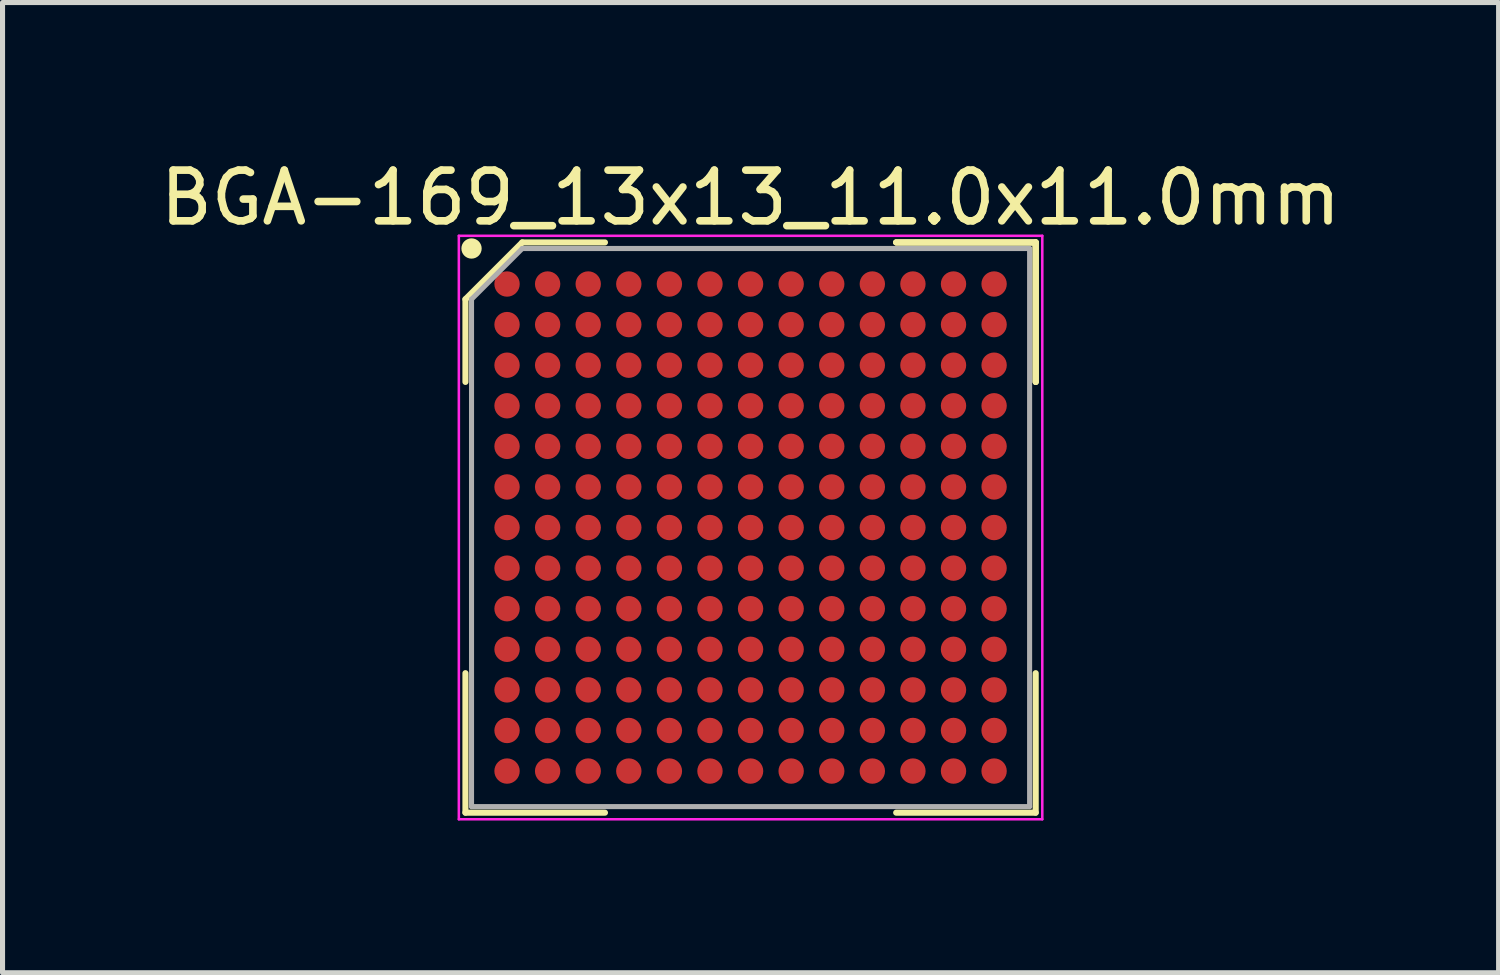
<source format=kicad_pcb>
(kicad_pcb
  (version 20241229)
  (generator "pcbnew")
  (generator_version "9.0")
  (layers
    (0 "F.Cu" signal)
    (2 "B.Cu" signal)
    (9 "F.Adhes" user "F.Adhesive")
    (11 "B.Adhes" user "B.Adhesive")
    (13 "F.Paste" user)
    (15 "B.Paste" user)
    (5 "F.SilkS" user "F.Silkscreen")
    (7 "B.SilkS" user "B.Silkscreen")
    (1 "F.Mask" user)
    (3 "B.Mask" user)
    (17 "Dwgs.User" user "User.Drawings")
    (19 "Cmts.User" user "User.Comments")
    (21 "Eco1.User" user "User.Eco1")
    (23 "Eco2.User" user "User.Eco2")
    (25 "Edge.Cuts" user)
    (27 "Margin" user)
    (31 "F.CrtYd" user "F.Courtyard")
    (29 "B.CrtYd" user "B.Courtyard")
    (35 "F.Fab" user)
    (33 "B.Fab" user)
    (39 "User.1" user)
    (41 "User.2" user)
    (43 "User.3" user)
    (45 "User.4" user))
  (footprint "BGA-169_13x13_11.0x11.0mm"
    (layer "F.Cu")
    (at 11.744 7.348)
    (property "Reference" "BGA-169_13x13_11.0x11.0mm" (at 0 -6.5 0) (layer "F.SilkS") (effects (font (size 1 1) (thickness 0.15))))
    (attr smd)
    (fp_line (start -5.62 -4.5) (end -5.62 -2.87) (stroke (width 0.12) (type solid)) (layer "F.SilkS"))
    (fp_line (start -5.62 5.62) (end -5.62 2.87) (stroke (width 0.12) (type solid)) (layer "F.SilkS"))
    (fp_line (start -4.5 -5.62) (end -5.62 -4.5) (stroke (width 0.12) (type solid)) (layer "F.SilkS"))
    (fp_line (start -2.87 -5.62) (end -4.5 -5.62) (stroke (width 0.12) (type solid)) (layer "F.SilkS"))
    (fp_line (start -2.87 5.62) (end -5.62 5.62) (stroke (width 0.12) (type solid)) (layer "F.SilkS"))
    (fp_line (start 2.87 -5.62) (end 5.62 -5.62) (stroke (width 0.12) (type solid)) (layer "F.SilkS"))
    (fp_line (start 2.87 -5.62) (end 5.62 -5.62) (stroke (width 0.12) (type solid)) (layer "F.SilkS"))
    (fp_line (start 2.87 -5.62) (end 5.62 -5.62) (stroke (width 0.12) (type solid)) (layer "F.SilkS"))
    (fp_line (start 2.87 5.62) (end 5.62 5.62) (stroke (width 0.12) (type solid)) (layer "F.SilkS"))
    (fp_line (start 5.62 -5.62) (end 5.62 -2.87) (stroke (width 0.12) (type solid)) (layer "F.SilkS"))
    (fp_line (start 5.62 -5.62) (end 5.62 -2.87) (stroke (width 0.12) (type solid)) (layer "F.SilkS"))
    (fp_line (start 5.62 -5.62) (end 5.62 -2.87) (stroke (width 0.12) (type solid)) (layer "F.SilkS"))
    (fp_line (start 5.62 5.62) (end 5.62 2.87) (stroke (width 0.12) (type solid)) (layer "F.SilkS"))
    (fp_circle (center -5.5 -5.5) (end -5.5 -5.4) (stroke (width 0.2) (type solid)) (fill no) (layer "F.SilkS"))
    (fp_line (start -5.75 -5.75) (end 5.75 -5.75) (stroke (width 0.05) (type solid)) (layer "F.CrtYd"))
    (fp_line (start -5.75 5.75) (end -5.75 -5.75) (stroke (width 0.05) (type solid)) (layer "F.CrtYd"))
    (fp_line (start 5.75 -5.75) (end 5.75 5.75) (stroke (width 0.05) (type solid)) (layer "F.CrtYd"))
    (fp_line (start 5.75 5.75) (end -5.75 5.75) (stroke (width 0.05) (type solid)) (layer "F.CrtYd"))
    (fp_line (start -5.5 -4.5) (end -5.5 5.5) (stroke (width 0.1) (type solid)) (layer "F.Fab"))
    (fp_line (start -5.5 5.5) (end 5.5 5.5) (stroke (width 0.1) (type solid)) (layer "F.Fab"))
    (fp_line (start -4.5 -5.5) (end -5.5 -4.5) (stroke (width 0.1) (type solid)) (layer "F.Fab"))
    (fp_line (start 5.5 -5.5) (end -4.5 -5.5) (stroke (width 0.1) (type solid)) (layer "F.Fab"))
    (fp_line (start 5.5 5.5) (end 5.5 -5.5) (stroke (width 0.1) (type solid)) (layer "F.Fab"))
    (pad "A1" smd circle (at -4.8 -4.8) (size 0.5 0.5) (layers "F.Cu" "F.Mask" "F.Paste"))
    (pad "A2" smd circle (at -4 -4.8) (size 0.5 0.5) (layers "F.Cu" "F.Mask" "F.Paste"))
    (pad "A3" smd circle (at -3.2 -4.8) (size 0.5 0.5) (layers "F.Cu" "F.Mask" "F.Paste"))
    (pad "A4" smd circle (at -2.4 -4.8) (size 0.5 0.5) (layers "F.Cu" "F.Mask" "F.Paste"))
    (pad "A5" smd circle (at -1.6 -4.8) (size 0.5 0.5) (layers "F.Cu" "F.Mask" "F.Paste"))
    (pad "A6" smd circle (at -0.8 -4.8) (size 0.5 0.5) (layers "F.Cu" "F.Mask" "F.Paste"))
    (pad "A7" smd circle (at 0 -4.8) (size 0.5 0.5) (layers "F.Cu" "F.Mask" "F.Paste"))
    (pad "A8" smd circle (at 0.8 -4.8) (size 0.5 0.5) (layers "F.Cu" "F.Mask" "F.Paste"))
    (pad "A9" smd circle (at 1.6 -4.8) (size 0.5 0.5) (layers "F.Cu" "F.Mask" "F.Paste"))
    (pad "A10" smd circle (at 2.4 -4.8) (size 0.5 0.5) (layers "F.Cu" "F.Mask" "F.Paste"))
    (pad "A11" smd circle (at 3.2 -4.8) (size 0.5 0.5) (layers "F.Cu" "F.Mask" "F.Paste"))
    (pad "A12" smd circle (at 4 -4.8) (size 0.5 0.5) (layers "F.Cu" "F.Mask" "F.Paste"))
    (pad "A13" smd circle (at 4.8 -4.8) (size 0.5 0.5) (layers "F.Cu" "F.Mask" "F.Paste"))
    (pad "B1" smd circle (at -4.8 -4) (size 0.5 0.5) (layers "F.Cu" "F.Mask" "F.Paste"))
    (pad "B2" smd circle (at -4 -4) (size 0.5 0.5) (layers "F.Cu" "F.Mask" "F.Paste"))
    (pad "B3" smd circle (at -3.2 -4) (size 0.5 0.5) (layers "F.Cu" "F.Mask" "F.Paste"))
    (pad "B4" smd circle (at -2.4 -4) (size 0.5 0.5) (layers "F.Cu" "F.Mask" "F.Paste"))
    (pad "B5" smd circle (at -1.6 -4) (size 0.5 0.5) (layers "F.Cu" "F.Mask" "F.Paste"))
    (pad "B6" smd circle (at -0.8 -4) (size 0.5 0.5) (layers "F.Cu" "F.Mask" "F.Paste"))
    (pad "B7" smd circle (at 0 -4) (size 0.5 0.5) (layers "F.Cu" "F.Mask" "F.Paste"))
    (pad "B8" smd circle (at 0.8 -4) (size 0.5 0.5) (layers "F.Cu" "F.Mask" "F.Paste"))
    (pad "B9" smd circle (at 1.6 -4) (size 0.5 0.5) (layers "F.Cu" "F.Mask" "F.Paste"))
    (pad "B10" smd circle (at 2.4 -4) (size 0.5 0.5) (layers "F.Cu" "F.Mask" "F.Paste"))
    (pad "B11" smd circle (at 3.2 -4) (size 0.5 0.5) (layers "F.Cu" "F.Mask" "F.Paste"))
    (pad "B12" smd circle (at 4 -4) (size 0.5 0.5) (layers "F.Cu" "F.Mask" "F.Paste"))
    (pad "B13" smd circle (at 4.8 -4) (size 0.5 0.5) (layers "F.Cu" "F.Mask" "F.Paste"))
    (pad "C1" smd circle (at -4.8 -3.2) (size 0.5 0.5) (layers "F.Cu" "F.Mask" "F.Paste"))
    (pad "C2" smd circle (at -4 -3.2) (size 0.5 0.5) (layers "F.Cu" "F.Mask" "F.Paste"))
    (pad "C3" smd circle (at -3.2 -3.2) (size 0.5 0.5) (layers "F.Cu" "F.Mask" "F.Paste"))
    (pad "C4" smd circle (at -2.4 -3.2) (size 0.5 0.5) (layers "F.Cu" "F.Mask" "F.Paste"))
    (pad "C5" smd circle (at -1.6 -3.2) (size 0.5 0.5) (layers "F.Cu" "F.Mask" "F.Paste"))
    (pad "C6" smd circle (at -0.8 -3.2) (size 0.5 0.5) (layers "F.Cu" "F.Mask" "F.Paste"))
    (pad "C7" smd circle (at 0 -3.2) (size 0.5 0.5) (layers "F.Cu" "F.Mask" "F.Paste"))
    (pad "C8" smd circle (at 0.8 -3.2) (size 0.5 0.5) (layers "F.Cu" "F.Mask" "F.Paste"))
    (pad "C9" smd circle (at 1.6 -3.2) (size 0.5 0.5) (layers "F.Cu" "F.Mask" "F.Paste"))
    (pad "C10" smd circle (at 2.4 -3.2) (size 0.5 0.5) (layers "F.Cu" "F.Mask" "F.Paste"))
    (pad "C11" smd circle (at 3.2 -3.2) (size 0.5 0.5) (layers "F.Cu" "F.Mask" "F.Paste"))
    (pad "C12" smd circle (at 4 -3.2) (size 0.5 0.5) (layers "F.Cu" "F.Mask" "F.Paste"))
    (pad "C13" smd circle (at 4.8 -3.2) (size 0.5 0.5) (layers "F.Cu" "F.Mask" "F.Paste"))
    (pad "D1" smd circle (at -4.8 -2.4) (size 0.5 0.5) (layers "F.Cu" "F.Mask" "F.Paste"))
    (pad "D2" smd circle (at -4 -2.4) (size 0.5 0.5) (layers "F.Cu" "F.Mask" "F.Paste"))
    (pad "D3" smd circle (at -3.2 -2.4) (size 0.5 0.5) (layers "F.Cu" "F.Mask" "F.Paste"))
    (pad "D4" smd circle (at -2.4 -2.4) (size 0.5 0.5) (layers "F.Cu" "F.Mask" "F.Paste"))
    (pad "D5" smd circle (at -1.6 -2.4) (size 0.5 0.5) (layers "F.Cu" "F.Mask" "F.Paste"))
    (pad "D6" smd circle (at -0.8 -2.4) (size 0.5 0.5) (layers "F.Cu" "F.Mask" "F.Paste"))
    (pad "D7" smd circle (at 0 -2.4) (size 0.5 0.5) (layers "F.Cu" "F.Mask" "F.Paste"))
    (pad "D8" smd circle (at 0.8 -2.4) (size 0.5 0.5) (layers "F.Cu" "F.Mask" "F.Paste"))
    (pad "D9" smd circle (at 1.6 -2.4) (size 0.5 0.5) (layers "F.Cu" "F.Mask" "F.Paste"))
    (pad "D10" smd circle (at 2.4 -2.4) (size 0.5 0.5) (layers "F.Cu" "F.Mask" "F.Paste"))
    (pad "D11" smd circle (at 3.2 -2.4) (size 0.5 0.5) (layers "F.Cu" "F.Mask" "F.Paste"))
    (pad "D12" smd circle (at 4 -2.4) (size 0.5 0.5) (layers "F.Cu" "F.Mask" "F.Paste"))
    (pad "D13" smd circle (at 4.8 -2.4) (size 0.5 0.5) (layers "F.Cu" "F.Mask" "F.Paste"))
    (pad "E1" smd circle (at -4.8 -1.6) (size 0.5 0.5) (layers "F.Cu" "F.Mask" "F.Paste"))
    (pad "E2" smd circle (at -4 -1.6) (size 0.5 0.5) (layers "F.Cu" "F.Mask" "F.Paste"))
    (pad "E3" smd circle (at -3.2 -1.6) (size 0.5 0.5) (layers "F.Cu" "F.Mask" "F.Paste"))
    (pad "E4" smd circle (at -2.4 -1.6) (size 0.5 0.5) (layers "F.Cu" "F.Mask" "F.Paste"))
    (pad "E5" smd circle (at -1.6 -1.6) (size 0.5 0.5) (layers "F.Cu" "F.Mask" "F.Paste"))
    (pad "E6" smd circle (at -0.8 -1.6) (size 0.5 0.5) (layers "F.Cu" "F.Mask" "F.Paste"))
    (pad "E7" smd circle (at 0 -1.6) (size 0.5 0.5) (layers "F.Cu" "F.Mask" "F.Paste"))
    (pad "E8" smd circle (at 0.8 -1.6) (size 0.5 0.5) (layers "F.Cu" "F.Mask" "F.Paste"))
    (pad "E9" smd circle (at 1.6 -1.6) (size 0.5 0.5) (layers "F.Cu" "F.Mask" "F.Paste"))
    (pad "E10" smd circle (at 2.4 -1.6) (size 0.5 0.5) (layers "F.Cu" "F.Mask" "F.Paste"))
    (pad "E11" smd circle (at 3.2 -1.6) (size 0.5 0.5) (layers "F.Cu" "F.Mask" "F.Paste"))
    (pad "E12" smd circle (at 4 -1.6) (size 0.5 0.5) (layers "F.Cu" "F.Mask" "F.Paste"))
    (pad "E13" smd circle (at 4.8 -1.6) (size 0.5 0.5) (layers "F.Cu" "F.Mask" "F.Paste"))
    (pad "F1" smd circle (at -4.8 -0.8) (size 0.5 0.5) (layers "F.Cu" "F.Mask" "F.Paste"))
    (pad "F2" smd circle (at -4 -0.8) (size 0.5 0.5) (layers "F.Cu" "F.Mask" "F.Paste"))
    (pad "F3" smd circle (at -3.2 -0.8) (size 0.5 0.5) (layers "F.Cu" "F.Mask" "F.Paste"))
    (pad "F4" smd circle (at -2.4 -0.8) (size 0.5 0.5) (layers "F.Cu" "F.Mask" "F.Paste"))
    (pad "F5" smd circle (at -1.6 -0.8) (size 0.5 0.5) (layers "F.Cu" "F.Mask" "F.Paste"))
    (pad "F6" smd circle (at -0.8 -0.8) (size 0.5 0.5) (layers "F.Cu" "F.Mask" "F.Paste"))
    (pad "F7" smd circle (at 0 -0.8) (size 0.5 0.5) (layers "F.Cu" "F.Mask" "F.Paste"))
    (pad "F8" smd circle (at 0.8 -0.8) (size 0.5 0.5) (layers "F.Cu" "F.Mask" "F.Paste"))
    (pad "F9" smd circle (at 1.6 -0.8) (size 0.5 0.5) (layers "F.Cu" "F.Mask" "F.Paste"))
    (pad "F10" smd circle (at 2.4 -0.8) (size 0.5 0.5) (layers "F.Cu" "F.Mask" "F.Paste"))
    (pad "F11" smd circle (at 3.2 -0.8) (size 0.5 0.5) (layers "F.Cu" "F.Mask" "F.Paste"))
    (pad "F12" smd circle (at 4 -0.8) (size 0.5 0.5) (layers "F.Cu" "F.Mask" "F.Paste"))
    (pad "F13" smd circle (at 4.8 -0.8) (size 0.5 0.5) (layers "F.Cu" "F.Mask" "F.Paste"))
    (pad "G1" smd circle (at -4.8 0) (size 0.5 0.5) (layers "F.Cu" "F.Mask" "F.Paste"))
    (pad "G2" smd circle (at -4 0) (size 0.5 0.5) (layers "F.Cu" "F.Mask" "F.Paste"))
    (pad "G3" smd circle (at -3.2 0) (size 0.5 0.5) (layers "F.Cu" "F.Mask" "F.Paste"))
    (pad "G4" smd circle (at -2.4 0) (size 0.5 0.5) (layers "F.Cu" "F.Mask" "F.Paste"))
    (pad "G5" smd circle (at -1.6 0) (size 0.5 0.5) (layers "F.Cu" "F.Mask" "F.Paste"))
    (pad "G6" smd circle (at -0.8 0) (size 0.5 0.5) (layers "F.Cu" "F.Mask" "F.Paste"))
    (pad "G7" smd circle (at 0 0) (size 0.5 0.5) (layers "F.Cu" "F.Mask" "F.Paste"))
    (pad "G8" smd circle (at 0.8 0) (size 0.5 0.5) (layers "F.Cu" "F.Mask" "F.Paste"))
    (pad "G9" smd circle (at 1.6 0) (size 0.5 0.5) (layers "F.Cu" "F.Mask" "F.Paste"))
    (pad "G10" smd circle (at 2.4 0) (size 0.5 0.5) (layers "F.Cu" "F.Mask" "F.Paste"))
    (pad "G11" smd circle (at 3.2 0) (size 0.5 0.5) (layers "F.Cu" "F.Mask" "F.Paste"))
    (pad "G12" smd circle (at 4 0) (size 0.5 0.5) (layers "F.Cu" "F.Mask" "F.Paste"))
    (pad "G13" smd circle (at 4.8 0) (size 0.5 0.5) (layers "F.Cu" "F.Mask" "F.Paste"))
    (pad "H1" smd circle (at -4.8 0.8) (size 0.5 0.5) (layers "F.Cu" "F.Mask" "F.Paste"))
    (pad "H2" smd circle (at -4 0.8) (size 0.5 0.5) (layers "F.Cu" "F.Mask" "F.Paste"))
    (pad "H3" smd circle (at -3.2 0.8) (size 0.5 0.5) (layers "F.Cu" "F.Mask" "F.Paste"))
    (pad "H4" smd circle (at -2.4 0.8) (size 0.5 0.5) (layers "F.Cu" "F.Mask" "F.Paste"))
    (pad "H5" smd circle (at -1.6 0.8) (size 0.5 0.5) (layers "F.Cu" "F.Mask" "F.Paste"))
    (pad "H6" smd circle (at -0.8 0.8) (size 0.5 0.5) (layers "F.Cu" "F.Mask" "F.Paste"))
    (pad "H7" smd circle (at 0 0.8) (size 0.5 0.5) (layers "F.Cu" "F.Mask" "F.Paste"))
    (pad "H8" smd circle (at 0.8 0.8) (size 0.5 0.5) (layers "F.Cu" "F.Mask" "F.Paste"))
    (pad "H9" smd circle (at 1.6 0.8) (size 0.5 0.5) (layers "F.Cu" "F.Mask" "F.Paste"))
    (pad "H10" smd circle (at 2.4 0.8) (size 0.5 0.5) (layers "F.Cu" "F.Mask" "F.Paste"))
    (pad "H11" smd circle (at 3.2 0.8) (size 0.5 0.5) (layers "F.Cu" "F.Mask" "F.Paste"))
    (pad "H12" smd circle (at 4 0.8) (size 0.5 0.5) (layers "F.Cu" "F.Mask" "F.Paste"))
    (pad "H13" smd circle (at 4.8 0.8) (size 0.5 0.5) (layers "F.Cu" "F.Mask" "F.Paste"))
    (pad "J1" smd circle (at -4.8 1.6) (size 0.5 0.5) (layers "F.Cu" "F.Mask" "F.Paste"))
    (pad "J2" smd circle (at -4 1.6) (size 0.5 0.5) (layers "F.Cu" "F.Mask" "F.Paste"))
    (pad "J3" smd circle (at -3.2 1.6) (size 0.5 0.5) (layers "F.Cu" "F.Mask" "F.Paste"))
    (pad "J4" smd circle (at -2.4 1.6) (size 0.5 0.5) (layers "F.Cu" "F.Mask" "F.Paste"))
    (pad "J5" smd circle (at -1.6 1.6) (size 0.5 0.5) (layers "F.Cu" "F.Mask" "F.Paste"))
    (pad "J6" smd circle (at -0.8 1.6) (size 0.5 0.5) (layers "F.Cu" "F.Mask" "F.Paste"))
    (pad "J7" smd circle (at 0 1.6) (size 0.5 0.5) (layers "F.Cu" "F.Mask" "F.Paste"))
    (pad "J8" smd circle (at 0.8 1.6) (size 0.5 0.5) (layers "F.Cu" "F.Mask" "F.Paste"))
    (pad "J9" smd circle (at 1.6 1.6) (size 0.5 0.5) (layers "F.Cu" "F.Mask" "F.Paste"))
    (pad "J10" smd circle (at 2.4 1.6) (size 0.5 0.5) (layers "F.Cu" "F.Mask" "F.Paste"))
    (pad "J11" smd circle (at 3.2 1.6) (size 0.5 0.5) (layers "F.Cu" "F.Mask" "F.Paste"))
    (pad "J12" smd circle (at 4 1.6) (size 0.5 0.5) (layers "F.Cu" "F.Mask" "F.Paste"))
    (pad "J13" smd circle (at 4.8 1.6) (size 0.5 0.5) (layers "F.Cu" "F.Mask" "F.Paste"))
    (pad "K1" smd circle (at -4.8 2.4) (size 0.5 0.5) (layers "F.Cu" "F.Mask" "F.Paste"))
    (pad "K2" smd circle (at -4 2.4) (size 0.5 0.5) (layers "F.Cu" "F.Mask" "F.Paste"))
    (pad "K3" smd circle (at -3.2 2.4) (size 0.5 0.5) (layers "F.Cu" "F.Mask" "F.Paste"))
    (pad "K4" smd circle (at -2.4 2.4) (size 0.5 0.5) (layers "F.Cu" "F.Mask" "F.Paste"))
    (pad "K5" smd circle (at -1.6 2.4) (size 0.5 0.5) (layers "F.Cu" "F.Mask" "F.Paste"))
    (pad "K6" smd circle (at -0.8 2.4) (size 0.5 0.5) (layers "F.Cu" "F.Mask" "F.Paste"))
    (pad "K7" smd circle (at 0 2.4) (size 0.5 0.5) (layers "F.Cu" "F.Mask" "F.Paste"))
    (pad "K8" smd circle (at 0.8 2.4) (size 0.5 0.5) (layers "F.Cu" "F.Mask" "F.Paste"))
    (pad "K9" smd circle (at 1.6 2.4) (size 0.5 0.5) (layers "F.Cu" "F.Mask" "F.Paste"))
    (pad "K10" smd circle (at 2.4 2.4) (size 0.5 0.5) (layers "F.Cu" "F.Mask" "F.Paste"))
    (pad "K11" smd circle (at 3.2 2.4) (size 0.5 0.5) (layers "F.Cu" "F.Mask" "F.Paste"))
    (pad "K12" smd circle (at 4 2.4) (size 0.5 0.5) (layers "F.Cu" "F.Mask" "F.Paste"))
    (pad "K13" smd circle (at 4.8 2.4) (size 0.5 0.5) (layers "F.Cu" "F.Mask" "F.Paste"))
    (pad "L1" smd circle (at -4.8 3.2) (size 0.5 0.5) (layers "F.Cu" "F.Mask" "F.Paste"))
    (pad "L2" smd circle (at -4 3.2) (size 0.5 0.5) (layers "F.Cu" "F.Mask" "F.Paste"))
    (pad "L3" smd circle (at -3.2 3.2) (size 0.5 0.5) (layers "F.Cu" "F.Mask" "F.Paste"))
    (pad "L4" smd circle (at -2.4 3.2) (size 0.5 0.5) (layers "F.Cu" "F.Mask" "F.Paste"))
    (pad "L5" smd circle (at -1.6 3.2) (size 0.5 0.5) (layers "F.Cu" "F.Mask" "F.Paste"))
    (pad "L6" smd circle (at -0.8 3.2) (size 0.5 0.5) (layers "F.Cu" "F.Mask" "F.Paste"))
    (pad "L7" smd circle (at 0 3.2) (size 0.5 0.5) (layers "F.Cu" "F.Mask" "F.Paste"))
    (pad "L8" smd circle (at 0.8 3.2) (size 0.5 0.5) (layers "F.Cu" "F.Mask" "F.Paste"))
    (pad "L9" smd circle (at 1.6 3.2) (size 0.5 0.5) (layers "F.Cu" "F.Mask" "F.Paste"))
    (pad "L10" smd circle (at 2.4 3.2) (size 0.5 0.5) (layers "F.Cu" "F.Mask" "F.Paste"))
    (pad "L11" smd circle (at 3.2 3.2) (size 0.5 0.5) (layers "F.Cu" "F.Mask" "F.Paste"))
    (pad "L12" smd circle (at 4 3.2) (size 0.5 0.5) (layers "F.Cu" "F.Mask" "F.Paste"))
    (pad "L13" smd circle (at 4.8 3.2) (size 0.5 0.5) (layers "F.Cu" "F.Mask" "F.Paste"))
    (pad "M1" smd circle (at -4.8 4) (size 0.5 0.5) (layers "F.Cu" "F.Mask" "F.Paste"))
    (pad "M2" smd circle (at -4 4) (size 0.5 0.5) (layers "F.Cu" "F.Mask" "F.Paste"))
    (pad "M3" smd circle (at -3.2 4) (size 0.5 0.5) (layers "F.Cu" "F.Mask" "F.Paste"))
    (pad "M4" smd circle (at -2.4 4) (size 0.5 0.5) (layers "F.Cu" "F.Mask" "F.Paste"))
    (pad "M5" smd circle (at -1.6 4) (size 0.5 0.5) (layers "F.Cu" "F.Mask" "F.Paste"))
    (pad "M6" smd circle (at -0.8 4) (size 0.5 0.5) (layers "F.Cu" "F.Mask" "F.Paste"))
    (pad "M7" smd circle (at 0 4) (size 0.5 0.5) (layers "F.Cu" "F.Mask" "F.Paste"))
    (pad "M8" smd circle (at 0.8 4) (size 0.5 0.5) (layers "F.Cu" "F.Mask" "F.Paste"))
    (pad "M9" smd circle (at 1.6 4) (size 0.5 0.5) (layers "F.Cu" "F.Mask" "F.Paste"))
    (pad "M10" smd circle (at 2.4 4) (size 0.5 0.5) (layers "F.Cu" "F.Mask" "F.Paste"))
    (pad "M11" smd circle (at 3.2 4) (size 0.5 0.5) (layers "F.Cu" "F.Mask" "F.Paste"))
    (pad "M12" smd circle (at 4 4) (size 0.5 0.5) (layers "F.Cu" "F.Mask" "F.Paste"))
    (pad "M13" smd circle (at 4.8 4) (size 0.5 0.5) (layers "F.Cu" "F.Mask" "F.Paste"))
    (pad "N1" smd circle (at -4.8 4.8) (size 0.5 0.5) (layers "F.Cu" "F.Mask" "F.Paste"))
    (pad "N2" smd circle (at -4 4.8) (size 0.5 0.5) (layers "F.Cu" "F.Mask" "F.Paste"))
    (pad "N3" smd circle (at -3.2 4.8) (size 0.5 0.5) (layers "F.Cu" "F.Mask" "F.Paste"))
    (pad "N4" smd circle (at -2.4 4.8) (size 0.5 0.5) (layers "F.Cu" "F.Mask" "F.Paste"))
    (pad "N5" smd circle (at -1.6 4.8) (size 0.5 0.5) (layers "F.Cu" "F.Mask" "F.Paste"))
    (pad "N6" smd circle (at -0.8 4.8) (size 0.5 0.5) (layers "F.Cu" "F.Mask" "F.Paste"))
    (pad "N7" smd circle (at 0 4.8) (size 0.5 0.5) (layers "F.Cu" "F.Mask" "F.Paste"))
    (pad "N8" smd circle (at 0.8 4.8) (size 0.5 0.5) (layers "F.Cu" "F.Mask" "F.Paste"))
    (pad "N9" smd circle (at 1.6 4.8) (size 0.5 0.5) (layers "F.Cu" "F.Mask" "F.Paste"))
    (pad "N10" smd circle (at 2.4 4.8) (size 0.5 0.5) (layers "F.Cu" "F.Mask" "F.Paste"))
    (pad "N11" smd circle (at 3.2 4.8) (size 0.5 0.5) (layers "F.Cu" "F.Mask" "F.Paste"))
    (pad "N12" smd circle (at 4 4.8) (size 0.5 0.5) (layers "F.Cu" "F.Mask" "F.Paste"))
    (pad "N13" smd circle (at 4.8 4.8) (size 0.5 0.5) (layers "F.Cu" "F.Mask" "F.Paste")))
  (gr_rect
    (start -3 -3)
    (end 26.488 16.123)
    (stroke (width 0.1) (type default))
    (fill no)
    (layer "Edge.Cuts")))
</source>
